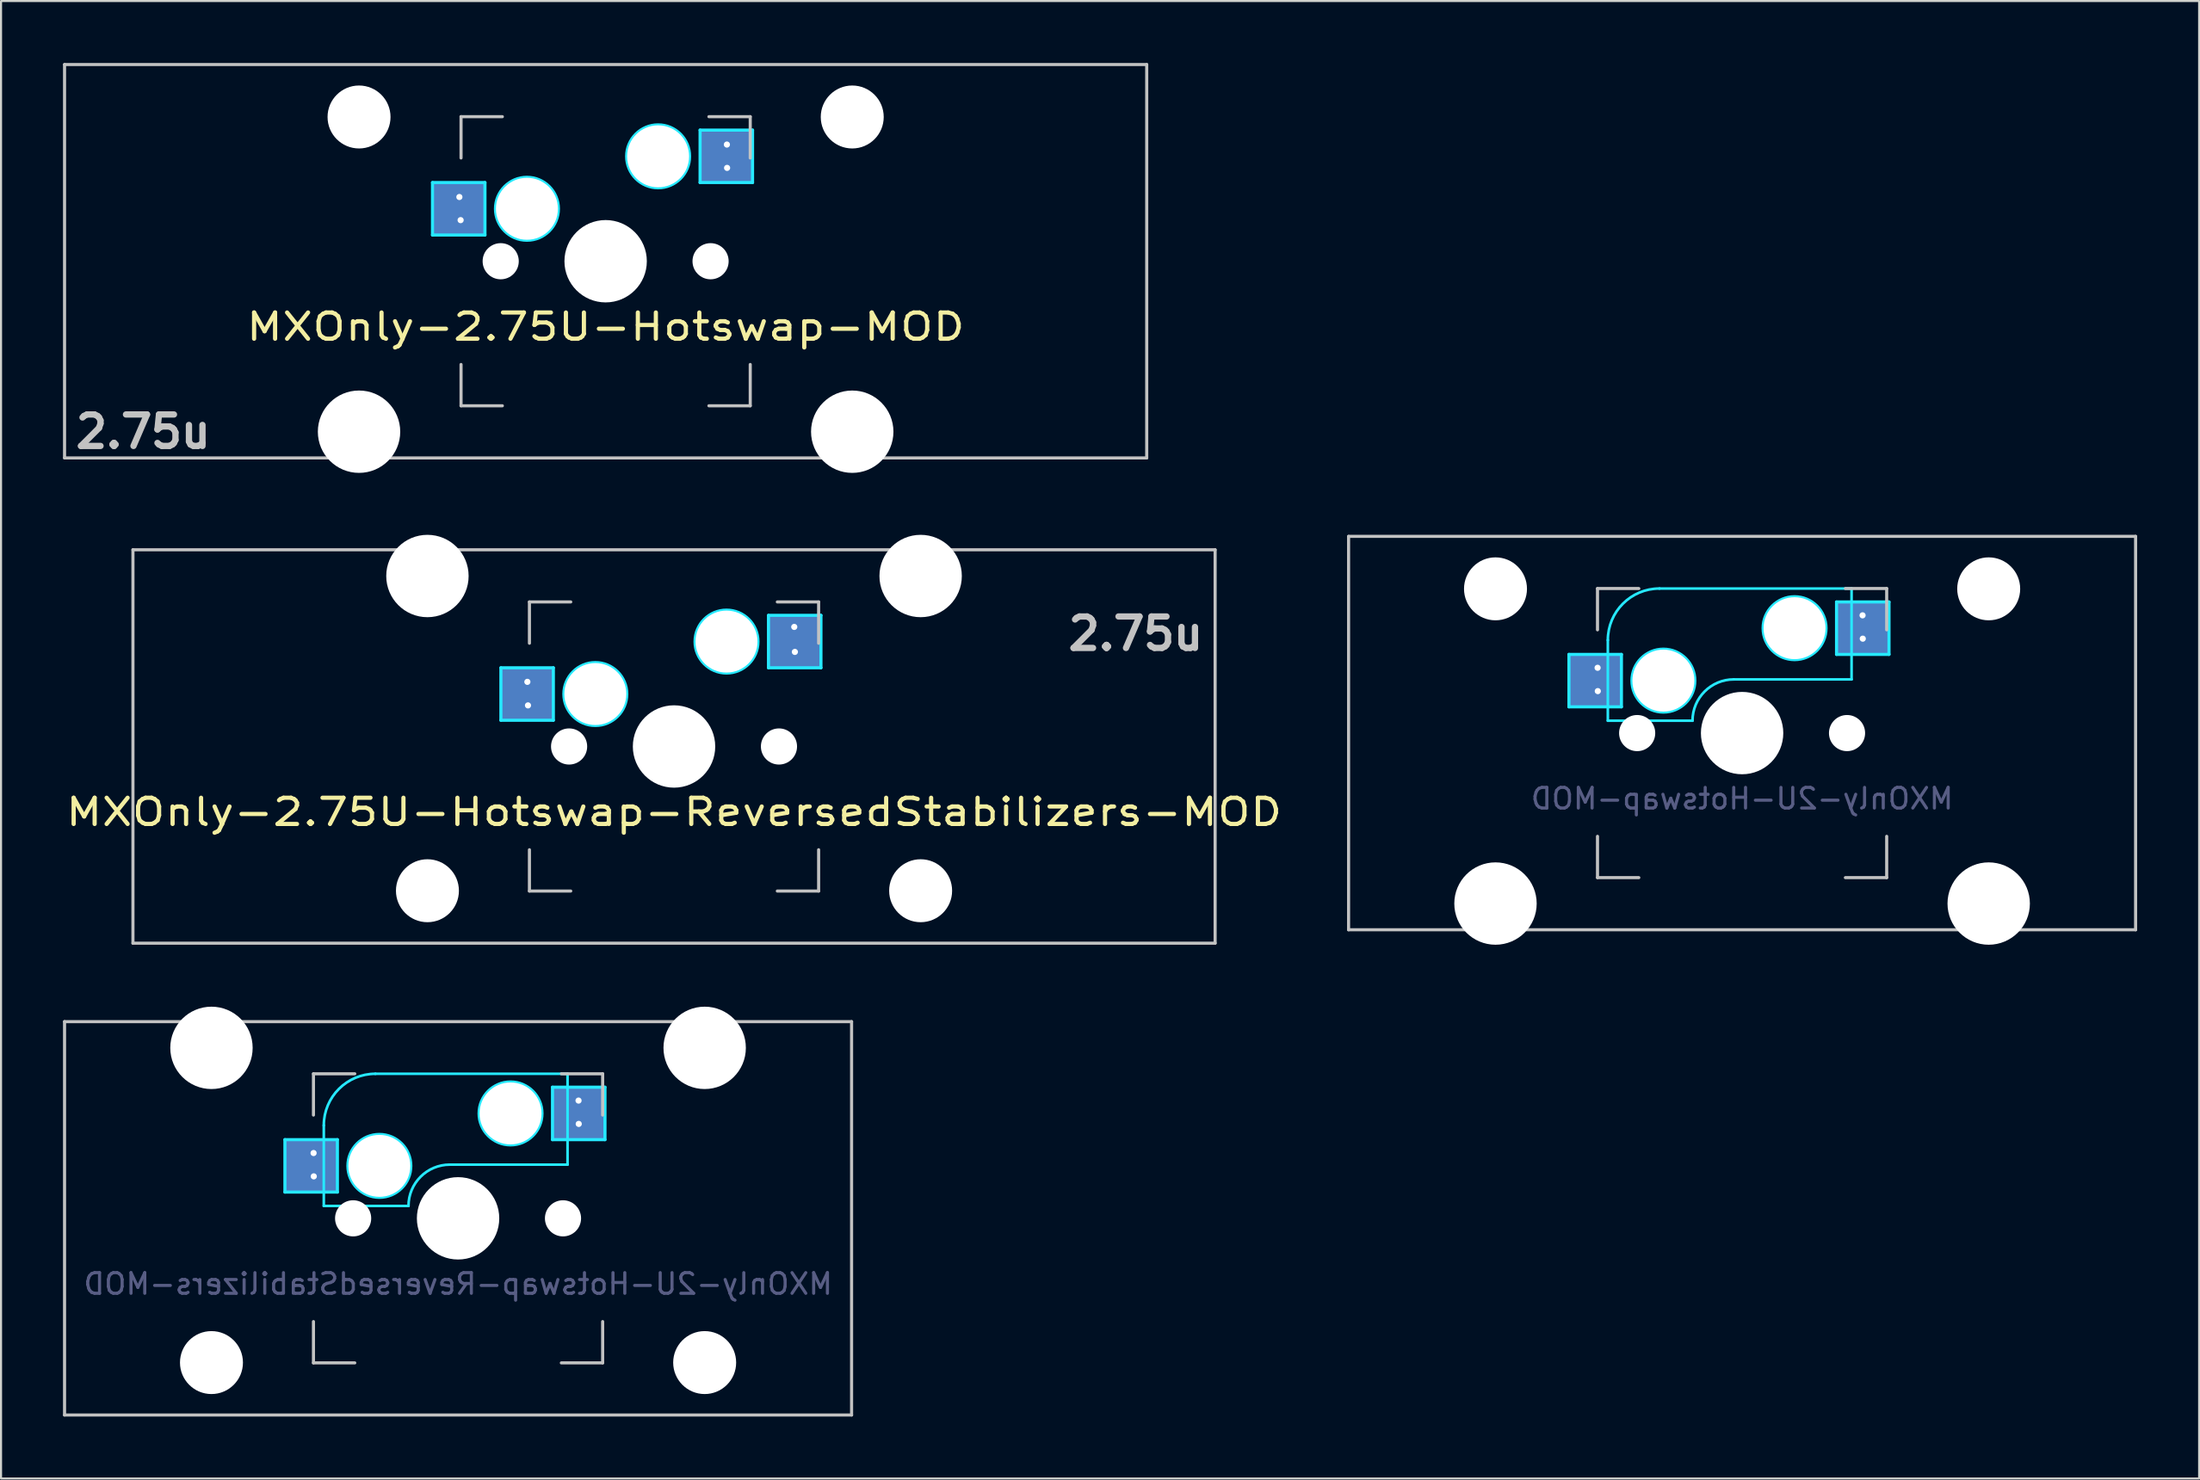
<source format=kicad_pcb>
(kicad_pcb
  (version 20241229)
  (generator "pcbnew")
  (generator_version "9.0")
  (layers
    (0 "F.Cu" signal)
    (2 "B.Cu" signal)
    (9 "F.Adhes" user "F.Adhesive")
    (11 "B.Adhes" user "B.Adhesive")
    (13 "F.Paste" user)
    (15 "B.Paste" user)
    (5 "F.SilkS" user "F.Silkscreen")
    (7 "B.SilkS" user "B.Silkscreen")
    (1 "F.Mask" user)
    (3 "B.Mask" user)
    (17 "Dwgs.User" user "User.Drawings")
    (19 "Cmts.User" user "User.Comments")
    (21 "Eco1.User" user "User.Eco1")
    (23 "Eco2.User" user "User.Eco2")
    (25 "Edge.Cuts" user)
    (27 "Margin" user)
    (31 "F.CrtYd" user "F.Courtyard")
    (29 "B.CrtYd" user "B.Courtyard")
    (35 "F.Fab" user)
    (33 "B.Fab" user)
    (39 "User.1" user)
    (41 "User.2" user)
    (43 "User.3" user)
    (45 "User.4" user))
  (footprint "MXOnly-2U-Hotswap-ReversedStabilizers-MOD"
    (layer "F.Cu")
    (at 19.125 55.947)
    (property "Reference" "MXOnly-2U-Hotswap-ReversedStabilizers-MOD" (at 0 3.175 0) (layer "B.Fab") (effects (font (size 1 1) (thickness 0.15)) (justify mirror)))
    (attr smd)
    (fp_line (start -19.05 -9.525) (end 19.05 -9.525) (stroke (width 0.15) (type solid)) (layer "Dwgs.User"))
    (fp_line (start -19.05 9.525) (end -19.05 -9.525) (stroke (width 0.15) (type solid)) (layer "Dwgs.User"))
    (fp_line (start -7 -7) (end -7 -5) (stroke (width 0.15) (type solid)) (layer "Dwgs.User"))
    (fp_line (start -7 5) (end -7 7) (stroke (width 0.15) (type solid)) (layer "Dwgs.User"))
    (fp_line (start -7 7) (end -5 7) (stroke (width 0.15) (type solid)) (layer "Dwgs.User"))
    (fp_line (start -5 -7) (end -7 -7) (stroke (width 0.15) (type solid)) (layer "Dwgs.User"))
    (fp_line (start 5 -7) (end 7 -7) (stroke (width 0.15) (type solid)) (layer "Dwgs.User"))
    (fp_line (start 5 7) (end 7 7) (stroke (width 0.15) (type solid)) (layer "Dwgs.User"))
    (fp_line (start 7 -7) (end 7 -5) (stroke (width 0.15) (type solid)) (layer "Dwgs.User"))
    (fp_line (start 7 7) (end 7 5) (stroke (width 0.15) (type solid)) (layer "Dwgs.User"))
    (fp_line (start 19.05 -9.525) (end 19.05 9.525) (stroke (width 0.15) (type solid)) (layer "Dwgs.User"))
    (fp_line (start 19.05 9.525) (end -19.05 9.525) (stroke (width 0.15) (type solid)) (layer "Dwgs.User"))
    (fp_line (start -8.382 -3.81) (end -5.842 -3.81) (stroke (width 0.15) (type solid)) (layer "B.CrtYd"))
    (fp_line (start -8.382 -1.27) (end -8.382 -3.81) (stroke (width 0.15) (type solid)) (layer "B.CrtYd"))
    (fp_line (start -6.5 -4.5) (end -6.5 -0.6) (stroke (width 0.127) (type solid)) (layer "B.CrtYd"))
    (fp_line (start -6.5 -0.6) (end -2.4 -0.6) (stroke (width 0.127) (type solid)) (layer "B.CrtYd"))
    (fp_line (start -5.842 -3.81) (end -5.842 -1.27) (stroke (width 0.15) (type solid)) (layer "B.CrtYd"))
    (fp_line (start -5.842 -1.27) (end -8.382 -1.27) (stroke (width 0.15) (type solid)) (layer "B.CrtYd"))
    (fp_line (start -0.4 -2.6) (end 5.3 -2.6) (stroke (width 0.127) (type solid)) (layer "B.CrtYd"))
    (fp_line (start 4.572 -6.35) (end 7.112 -6.35) (stroke (width 0.15) (type solid)) (layer "B.CrtYd"))
    (fp_line (start 4.572 -3.81) (end 4.572 -6.35) (stroke (width 0.15) (type solid)) (layer "B.CrtYd"))
    (fp_line (start 5.3 -7) (end -4 -7) (stroke (width 0.127) (type solid)) (layer "B.CrtYd"))
    (fp_line (start 5.3 -7) (end 5.3 -2.6) (stroke (width 0.127) (type solid)) (layer "B.CrtYd"))
    (fp_line (start 7.112 -6.35) (end 7.112 -3.81) (stroke (width 0.15) (type solid)) (layer "B.CrtYd"))
    (fp_line (start 7.112 -3.81) (end 4.572 -3.81) (stroke (width 0.15) (type solid)) (layer "B.CrtYd"))
    (fp_arc (start -6.5 -4.5) (mid -5.767767 -6.267767) (end -4 -7) (stroke (width 0.127) (type solid)) (layer "B.CrtYd"))
    (fp_arc (start -2.4 -0.6) (mid -1.814214 -2.014214) (end -0.4 -2.6) (stroke (width 0.127) (type solid)) (layer "B.CrtYd"))
    (fp_circle (center -3.81 -2.54) (end -3.81 -4.064) (stroke (width 0.15) (type solid)) (fill no) (layer "B.CrtYd"))
    (fp_circle (center 2.54 -5.08) (end 2.54 -6.604) (stroke (width 0.15) (type solid)) (fill no) (layer "B.CrtYd"))
    (pad "" np_thru_hole circle (at -11.938 -8.255) (size 3.988 3.988) (drill 3.988) (layers "*.Cu" "*.Mask"))
    (pad "" np_thru_hole circle (at -11.938 6.985) (size 3.048 3.048) (drill 3.048) (layers "*.Cu" "*.Mask"))
    (pad "" np_thru_hole circle (at -5.08 0 48.1) (size 1.75 1.75) (drill 1.75) (layers "*.Cu" "*.Mask"))
    (pad "" np_thru_hole circle (at -3.81 -2.54) (size 3 3) (drill 3) (layers "*.Cu" "*.Mask"))
    (pad "" np_thru_hole circle (at 0 0) (size 3.988 3.988) (drill 3.988) (layers "*.Cu" "*.Mask"))
    (pad "" np_thru_hole circle (at 2.54 -5.08) (size 3 3) (drill 3) (layers "*.Cu" "*.Mask"))
    (pad "" np_thru_hole circle (at 5.08 0 48.1) (size 1.75 1.75) (drill 1.75) (layers "*.Cu" "*.Mask"))
    (pad "" np_thru_hole circle (at 11.938 -8.255) (size 3.988 3.988) (drill 3.988) (layers "*.Cu" "*.Mask"))
    (pad "" np_thru_hole circle (at 11.938 6.985) (size 3.048 3.048) (drill 3.048) (layers "*.Cu" "*.Mask"))
    (pad "1" smd rect (at -7.085 -2.54) (size 2.55 2.5) (layers "B.Cu" "B.Mask" "B.Paste"))
    (pad "1" thru_hole circle (at -6.995 -3.162) (size 0.6 0.6) (drill 0.3) (layers "*.Cu" "*.Mask"))
    (pad "1" thru_hole circle (at -6.985 -2.032) (size 0.6 0.6) (drill 0.3) (layers "*.Cu" "*.Mask"))
    (pad "2" thru_hole circle (at 5.832 -5.702) (size 0.6 0.6) (drill 0.3) (layers "*.Cu" "*.Mask"))
    (pad "2" smd rect (at 5.842 -5.08) (size 2.55 2.5) (layers "B.Cu" "B.Mask" "B.Paste"))
    (pad "2" thru_hole circle (at 5.842 -4.572) (size 0.6 0.6) (drill 0.3) (layers "*.Cu" "*.Mask")))
  (footprint "MXOnly-2.75U-Hotswap-MOD"
    (layer "F.Cu")
    (at 26.269 9.6)
    (property "Reference" "MXOnly-2.75U-Hotswap-MOD" (at 0 3.175 0) (layer "F.SilkS") (effects (font (size 1.27 1.524) (thickness 0.203))))
    (attr smd)
    (fp_line (start -26.194 -9.525) (end 26.194 -9.525) (stroke (width 0.15) (type solid)) (layer "Dwgs.User"))
    (fp_line (start -26.194 9.525) (end -26.194 -9.525) (stroke (width 0.15) (type solid)) (layer "Dwgs.User"))
    (fp_line (start -7 -7) (end -7 -5) (stroke (width 0.15) (type solid)) (layer "Dwgs.User"))
    (fp_line (start -7 5) (end -7 7) (stroke (width 0.15) (type solid)) (layer "Dwgs.User"))
    (fp_line (start -7 7) (end -5 7) (stroke (width 0.15) (type solid)) (layer "Dwgs.User"))
    (fp_line (start -5 -7) (end -7 -7) (stroke (width 0.15) (type solid)) (layer "Dwgs.User"))
    (fp_line (start 5 -7) (end 7 -7) (stroke (width 0.15) (type solid)) (layer "Dwgs.User"))
    (fp_line (start 5 7) (end 7 7) (stroke (width 0.15) (type solid)) (layer "Dwgs.User"))
    (fp_line (start 7 -7) (end 7 -5) (stroke (width 0.15) (type solid)) (layer "Dwgs.User"))
    (fp_line (start 7 7) (end 7 5) (stroke (width 0.15) (type solid)) (layer "Dwgs.User"))
    (fp_line (start 26.194 -9.525) (end 26.194 9.525) (stroke (width 0.15) (type solid)) (layer "Dwgs.User"))
    (fp_line (start 26.194 9.525) (end -26.194 9.525) (stroke (width 0.15) (type solid)) (layer "Dwgs.User"))
    (fp_line (start -8.382 -3.81) (end -5.842 -3.81) (stroke (width 0.15) (type solid)) (layer "B.CrtYd"))
    (fp_line (start -8.382 -1.27) (end -8.382 -3.81) (stroke (width 0.15) (type solid)) (layer "B.CrtYd"))
    (fp_line (start -5.842 -3.81) (end -5.842 -1.27) (stroke (width 0.15) (type solid)) (layer "B.CrtYd"))
    (fp_line (start -5.842 -1.27) (end -8.382 -1.27) (stroke (width 0.15) (type solid)) (layer "B.CrtYd"))
    (fp_line (start 4.572 -6.35) (end 7.112 -6.35) (stroke (width 0.15) (type solid)) (layer "B.CrtYd"))
    (fp_line (start 4.572 -3.81) (end 4.572 -6.35) (stroke (width 0.15) (type solid)) (layer "B.CrtYd"))
    (fp_line (start 7.112 -6.35) (end 7.112 -3.81) (stroke (width 0.15) (type solid)) (layer "B.CrtYd"))
    (fp_line (start 7.112 -3.81) (end 4.572 -3.81) (stroke (width 0.15) (type solid)) (layer "B.CrtYd"))
    (fp_circle (center -3.81 -2.54) (end -3.81 -4.064) (stroke (width 0.15) (type solid)) (fill no) (layer "B.CrtYd"))
    (fp_circle (center 2.54 -5.08) (end 2.54 -6.604) (stroke (width 0.15) (type solid)) (fill no) (layer "B.CrtYd"))
    (fp_text user "2.75u" (at -22.385 8.255 0) (layer "Dwgs.User") (effects (font (size 1.524 1.524) (thickness 0.305))))
    (pad "" np_thru_hole circle (at -11.938 -6.985) (size 3.048 3.048) (drill 3.048) (layers "*.Cu" "*.Mask"))
    (pad "" np_thru_hole circle (at -11.938 8.255) (size 3.988 3.988) (drill 3.988) (layers "*.Cu" "*.Mask"))
    (pad "" np_thru_hole circle (at -5.08 0 48.1) (size 1.75 1.75) (drill 1.75) (layers "*.Cu" "*.Mask"))
    (pad "" np_thru_hole circle (at -3.81 -2.54) (size 3 3) (drill 3) (layers "*.Cu" "*.Mask"))
    (pad "" np_thru_hole circle (at 0 0) (size 3.988 3.988) (drill 3.988) (layers "*.Cu" "*.Mask"))
    (pad "" np_thru_hole circle (at 2.54 -5.08) (size 3 3) (drill 3) (layers "*.Cu" "*.Mask"))
    (pad "" np_thru_hole circle (at 5.08 0 48.1) (size 1.75 1.75) (drill 1.75) (layers "*.Cu" "*.Mask"))
    (pad "" np_thru_hole circle (at 11.938 -6.985) (size 3.048 3.048) (drill 3.048) (layers "*.Cu" "*.Mask"))
    (pad "" np_thru_hole circle (at 11.938 8.255) (size 3.988 3.988) (drill 3.988) (layers "*.Cu" "*.Mask"))
    (pad "1" smd rect (at -7.085 -2.54) (size 2.55 2.5) (layers "B.Cu" "B.Mask" "B.Paste"))
    (pad "1" thru_hole circle (at -7.08 -3.11) (size 0.6 0.6) (drill 0.3) (layers "*.Cu" "*.Mask"))
    (pad "1" thru_hole circle (at -7.02 -1.99) (size 0.6 0.6) (drill 0.3) (layers "*.Cu" "*.Mask"))
    (pad "2" smd rect (at 5.842 -5.08) (size 2.55 2.5) (layers "B.Cu" "B.Mask" "B.Paste"))
    (pad "2" thru_hole circle (at 5.87 -5.65) (size 0.6 0.6) (drill 0.3) (layers "*.Cu" "*.Mask"))
    (pad "2" thru_hole circle (at 5.88 -4.52) (size 0.6 0.6) (drill 0.3) (layers "*.Cu" "*.Mask")))
  (footprint "MXOnly-2.75U-Hotswap-ReversedStabilizers-MOD"
    (layer "F.Cu")
    (at 29.58 33.098)
    (property "Reference" "MXOnly-2.75U-Hotswap-ReversedStabilizers-MOD" (at 0 3.175 180) (layer "F.SilkS") (effects (font (size 1.27 1.524) (thickness 0.203))))
    (attr smd)
    (fp_line (start -26.194 -9.525) (end 26.194 -9.525) (stroke (width 0.15) (type solid)) (layer "Dwgs.User"))
    (fp_line (start -26.194 9.525) (end -26.194 -9.525) (stroke (width 0.15) (type solid)) (layer "Dwgs.User"))
    (fp_line (start -7 -7) (end -7 -5) (stroke (width 0.15) (type solid)) (layer "Dwgs.User"))
    (fp_line (start -7 5) (end -7 7) (stroke (width 0.15) (type solid)) (layer "Dwgs.User"))
    (fp_line (start -7 7) (end -5 7) (stroke (width 0.15) (type solid)) (layer "Dwgs.User"))
    (fp_line (start -5 -7) (end -7 -7) (stroke (width 0.15) (type solid)) (layer "Dwgs.User"))
    (fp_line (start 5 -7) (end 7 -7) (stroke (width 0.15) (type solid)) (layer "Dwgs.User"))
    (fp_line (start 5 7) (end 7 7) (stroke (width 0.15) (type solid)) (layer "Dwgs.User"))
    (fp_line (start 7 -7) (end 7 -5) (stroke (width 0.15) (type solid)) (layer "Dwgs.User"))
    (fp_line (start 7 7) (end 7 5) (stroke (width 0.15) (type solid)) (layer "Dwgs.User"))
    (fp_line (start 26.194 -9.525) (end 26.194 9.525) (stroke (width 0.15) (type solid)) (layer "Dwgs.User"))
    (fp_line (start 26.194 9.525) (end -26.194 9.525) (stroke (width 0.15) (type solid)) (layer "Dwgs.User"))
    (fp_line (start -8.382 -3.81) (end -5.842 -3.81) (stroke (width 0.15) (type solid)) (layer "B.CrtYd"))
    (fp_line (start -8.382 -1.27) (end -8.382 -3.81) (stroke (width 0.15) (type solid)) (layer "B.CrtYd"))
    (fp_line (start -5.842 -3.81) (end -5.842 -1.27) (stroke (width 0.15) (type solid)) (layer "B.CrtYd"))
    (fp_line (start -5.842 -1.27) (end -8.382 -1.27) (stroke (width 0.15) (type solid)) (layer "B.CrtYd"))
    (fp_line (start 4.572 -6.35) (end 7.112 -6.35) (stroke (width 0.15) (type solid)) (layer "B.CrtYd"))
    (fp_line (start 4.572 -3.81) (end 4.572 -6.35) (stroke (width 0.15) (type solid)) (layer "B.CrtYd"))
    (fp_line (start 7.112 -6.35) (end 7.112 -3.81) (stroke (width 0.15) (type solid)) (layer "B.CrtYd"))
    (fp_line (start 7.112 -3.81) (end 4.572 -3.81) (stroke (width 0.15) (type solid)) (layer "B.CrtYd"))
    (fp_circle (center -3.81 -2.54) (end -3.81 -4.064) (stroke (width 0.15) (type solid)) (fill no) (layer "B.CrtYd"))
    (fp_circle (center 2.54 -5.08) (end 2.54 -6.604) (stroke (width 0.15) (type solid)) (fill no) (layer "B.CrtYd"))
    (fp_text user "2.75u" (at 22.352 -5.461 0) (unlocked yes) (layer "Dwgs.User") (effects (font (size 1.524 1.524) (thickness 0.305))))
    (pad "" np_thru_hole circle (at -11.938 -8.255) (size 3.988 3.988) (drill 3.988) (layers "*.Cu" "*.Mask"))
    (pad "" np_thru_hole circle (at -11.938 6.985) (size 3.048 3.048) (drill 3.048) (layers "*.Cu" "*.Mask"))
    (pad "" np_thru_hole circle (at -5.08 0 48.1) (size 1.75 1.75) (drill 1.75) (layers "*.Cu" "*.Mask"))
    (pad "" np_thru_hole circle (at -3.81 -2.54) (size 3 3) (drill 3) (layers "*.Cu" "*.Mask"))
    (pad "" np_thru_hole circle (at 0 0) (size 3.988 3.988) (drill 3.988) (layers "*.Cu" "*.Mask"))
    (pad "" np_thru_hole circle (at 2.54 -5.08) (size 3 3) (drill 3) (layers "*.Cu" "*.Mask"))
    (pad "" np_thru_hole circle (at 5.08 0 48.1) (size 1.75 1.75) (drill 1.75) (layers "*.Cu" "*.Mask"))
    (pad "" np_thru_hole circle (at 11.938 -8.255) (size 3.988 3.988) (drill 3.988) (layers "*.Cu" "*.Mask"))
    (pad "" np_thru_hole circle (at 11.938 6.985) (size 3.048 3.048) (drill 3.048) (layers "*.Cu" "*.Mask"))
    (pad "1" thru_hole circle (at -7.1 -3.13) (size 0.6 0.6) (drill 0.3) (layers "*.Cu" "*.Mask"))
    (pad "1" smd rect (at -7.085 -2.54) (size 2.55 2.5) (layers "B.Cu" "B.Mask" "B.Paste"))
    (pad "1" thru_hole circle (at -7.07 -1.99) (size 0.6 0.6) (drill 0.3) (layers "*.Cu" "*.Mask"))
    (pad "2" thru_hole circle (at 5.82 -5.79) (size 0.6 0.6) (drill 0.3) (layers "*.Cu" "*.Mask"))
    (pad "2" smd rect (at 5.842 -5.08) (size 2.55 2.5) (layers "B.Cu" "B.Mask" "B.Paste"))
    (pad "2" thru_hole circle (at 5.85 -4.58) (size 0.6 0.6) (drill 0.3) (layers "*.Cu" "*.Mask")))
  (footprint "MXOnly-2U-Hotswap-MOD"
    (layer "F.Cu")
    (at 81.285 32.449)
    (property "Reference" "MXOnly-2U-Hotswap-MOD" (at 0 3.175 0) (layer "B.Fab") (effects (font (size 1 1) (thickness 0.15)) (justify mirror)))
    (attr smd)
    (fp_line (start -19.05 -9.525) (end 19.05 -9.525) (stroke (width 0.15) (type solid)) (layer "Dwgs.User"))
    (fp_line (start -19.05 9.525) (end -19.05 -9.525) (stroke (width 0.15) (type solid)) (layer "Dwgs.User"))
    (fp_line (start -7 -7) (end -7 -5) (stroke (width 0.15) (type solid)) (layer "Dwgs.User"))
    (fp_line (start -7 5) (end -7 7) (stroke (width 0.15) (type solid)) (layer "Dwgs.User"))
    (fp_line (start -7 7) (end -5 7) (stroke (width 0.15) (type solid)) (layer "Dwgs.User"))
    (fp_line (start -5 -7) (end -7 -7) (stroke (width 0.15) (type solid)) (layer "Dwgs.User"))
    (fp_line (start 5 -7) (end 7 -7) (stroke (width 0.15) (type solid)) (layer "Dwgs.User"))
    (fp_line (start 5 7) (end 7 7) (stroke (width 0.15) (type solid)) (layer "Dwgs.User"))
    (fp_line (start 7 -7) (end 7 -5) (stroke (width 0.15) (type solid)) (layer "Dwgs.User"))
    (fp_line (start 7 7) (end 7 5) (stroke (width 0.15) (type solid)) (layer "Dwgs.User"))
    (fp_line (start 19.05 -9.525) (end 19.05 9.525) (stroke (width 0.15) (type solid)) (layer "Dwgs.User"))
    (fp_line (start 19.05 9.525) (end -19.05 9.525) (stroke (width 0.15) (type solid)) (layer "Dwgs.User"))
    (fp_line (start -8.382 -3.81) (end -5.842 -3.81) (stroke (width 0.15) (type solid)) (layer "B.CrtYd"))
    (fp_line (start -8.382 -1.27) (end -8.382 -3.81) (stroke (width 0.15) (type solid)) (layer "B.CrtYd"))
    (fp_line (start -6.5 -4.5) (end -6.5 -0.6) (stroke (width 0.127) (type solid)) (layer "B.CrtYd"))
    (fp_line (start -6.5 -0.6) (end -2.4 -0.6) (stroke (width 0.127) (type solid)) (layer "B.CrtYd"))
    (fp_line (start -5.842 -3.81) (end -5.842 -1.27) (stroke (width 0.15) (type solid)) (layer "B.CrtYd"))
    (fp_line (start -5.842 -1.27) (end -8.382 -1.27) (stroke (width 0.15) (type solid)) (layer "B.CrtYd"))
    (fp_line (start -0.4 -2.6) (end 5.3 -2.6) (stroke (width 0.127) (type solid)) (layer "B.CrtYd"))
    (fp_line (start 4.572 -6.35) (end 7.112 -6.35) (stroke (width 0.15) (type solid)) (layer "B.CrtYd"))
    (fp_line (start 4.572 -3.81) (end 4.572 -6.35) (stroke (width 0.15) (type solid)) (layer "B.CrtYd"))
    (fp_line (start 5.3 -7) (end -4 -7) (stroke (width 0.127) (type solid)) (layer "B.CrtYd"))
    (fp_line (start 5.3 -7) (end 5.3 -2.6) (stroke (width 0.127) (type solid)) (layer "B.CrtYd"))
    (fp_line (start 7.112 -6.35) (end 7.112 -3.81) (stroke (width 0.15) (type solid)) (layer "B.CrtYd"))
    (fp_line (start 7.112 -3.81) (end 4.572 -3.81) (stroke (width 0.15) (type solid)) (layer "B.CrtYd"))
    (fp_arc (start -6.5 -4.5) (mid -5.767767 -6.267767) (end -4 -7) (stroke (width 0.127) (type solid)) (layer "B.CrtYd"))
    (fp_arc (start -2.4 -0.6) (mid -1.814214 -2.014214) (end -0.4 -2.6) (stroke (width 0.127) (type solid)) (layer "B.CrtYd"))
    (fp_circle (center -3.81 -2.54) (end -3.81 -4.064) (stroke (width 0.15) (type solid)) (fill no) (layer "B.CrtYd"))
    (fp_circle (center 2.54 -5.08) (end 2.54 -6.604) (stroke (width 0.15) (type solid)) (fill no) (layer "B.CrtYd"))
    (pad "" np_thru_hole circle (at -11.938 -6.985) (size 3.048 3.048) (drill 3.048) (layers "*.Cu" "*.Mask"))
    (pad "" np_thru_hole circle (at -11.938 8.255) (size 3.988 3.988) (drill 3.988) (layers "*.Cu" "*.Mask"))
    (pad "" np_thru_hole circle (at -5.08 0 48.1) (size 1.75 1.75) (drill 1.75) (layers "*.Cu" "*.Mask"))
    (pad "" np_thru_hole circle (at -3.81 -2.54) (size 3 3) (drill 3) (layers "*.Cu" "*.Mask"))
    (pad "" np_thru_hole circle (at 0 0) (size 3.988 3.988) (drill 3.988) (layers "*.Cu" "*.Mask"))
    (pad "" np_thru_hole circle (at 2.54 -5.08) (size 3 3) (drill 3) (layers "*.Cu" "*.Mask"))
    (pad "" np_thru_hole circle (at 5.08 0 48.1) (size 1.75 1.75) (drill 1.75) (layers "*.Cu" "*.Mask"))
    (pad "" np_thru_hole circle (at 11.938 -6.985) (size 3.048 3.048) (drill 3.048) (layers "*.Cu" "*.Mask"))
    (pad "" np_thru_hole circle (at 11.938 8.255) (size 3.988 3.988) (drill 3.988) (layers "*.Cu" "*.Mask"))
    (pad "1" smd rect (at -7.085 -2.54) (size 2.55 2.5) (layers "B.Cu" "B.Mask" "B.Paste"))
    (pad "1" thru_hole circle (at -6.995 -3.162) (size 0.6 0.6) (drill 0.3) (layers "*.Cu" "*.Mask"))
    (pad "1" thru_hole circle (at -6.985 -2.032) (size 0.6 0.6) (drill 0.3) (layers "*.Cu" "*.Mask"))
    (pad "2" thru_hole circle (at 5.832 -5.702) (size 0.6 0.6) (drill 0.3) (layers "*.Cu" "*.Mask"))
    (pad "2" smd rect (at 5.842 -5.08) (size 2.55 2.5) (layers "B.Cu" "B.Mask" "B.Paste"))
    (pad "2" thru_hole circle (at 5.842 -4.572) (size 0.6 0.6) (drill 0.3) (layers "*.Cu" "*.Mask")))
  (gr_rect
    (start -3 -3)
    (end 103.41 68.547)
    (stroke (width 0.1) (type default))
    (fill no)
    (layer "Edge.Cuts")))
</source>
